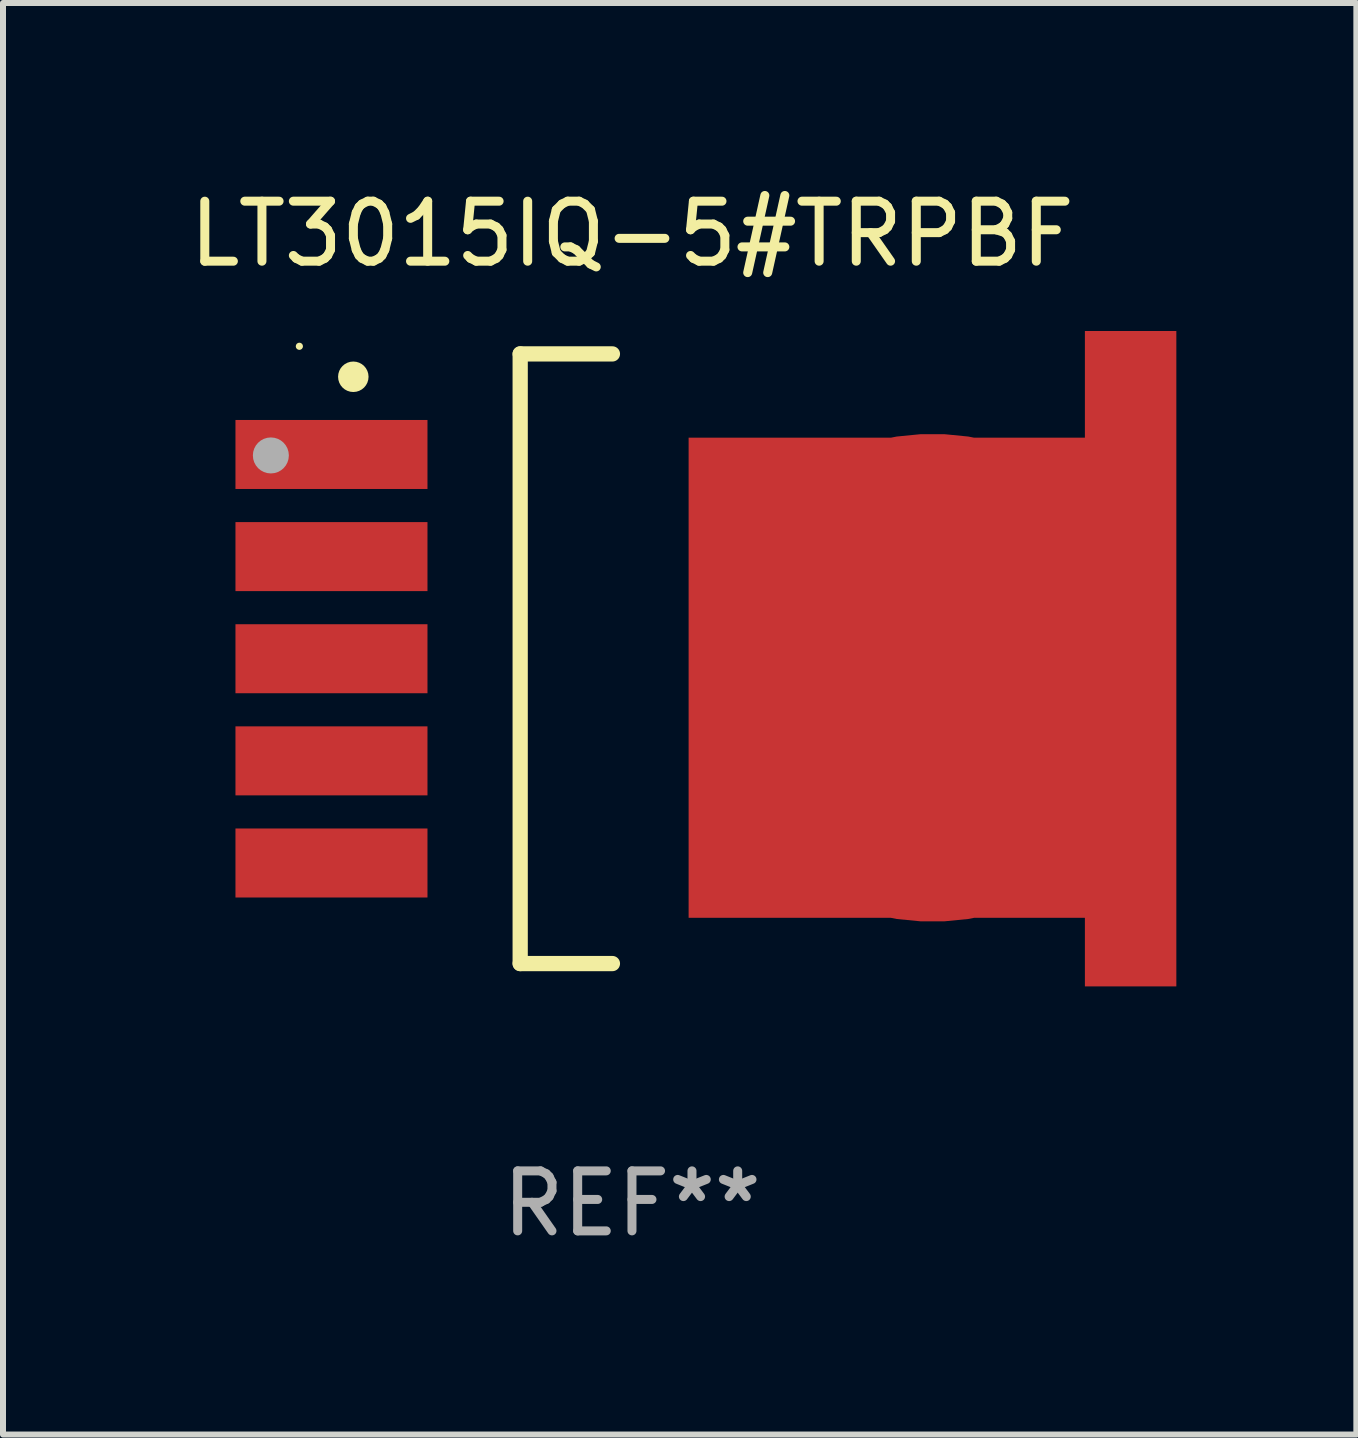
<source format=kicad_pcb>
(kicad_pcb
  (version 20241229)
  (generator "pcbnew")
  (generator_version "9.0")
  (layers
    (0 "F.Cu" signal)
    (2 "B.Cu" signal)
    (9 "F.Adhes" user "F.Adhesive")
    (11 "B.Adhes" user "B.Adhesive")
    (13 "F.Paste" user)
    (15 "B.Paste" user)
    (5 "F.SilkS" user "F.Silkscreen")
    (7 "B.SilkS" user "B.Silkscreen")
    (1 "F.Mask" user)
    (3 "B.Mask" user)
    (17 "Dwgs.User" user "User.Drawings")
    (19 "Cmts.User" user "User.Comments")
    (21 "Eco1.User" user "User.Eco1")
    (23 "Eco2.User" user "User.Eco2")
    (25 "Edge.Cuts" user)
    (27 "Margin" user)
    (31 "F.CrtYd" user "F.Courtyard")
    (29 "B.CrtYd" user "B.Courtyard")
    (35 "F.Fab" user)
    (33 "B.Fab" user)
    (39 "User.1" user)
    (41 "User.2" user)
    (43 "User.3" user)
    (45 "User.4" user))
  (footprint "LT3015IQ-5#TRPBF"
    (layer "F.Cu")
    (at 7.482 7.928)
    (property "Reference" "LT3015IQ-5#TRPBF" (at 0 -7.08 0) (layer "F.SilkS") (effects (font (size 1 1) (thickness 0.15))))
    (attr through_hole)
    (fp_line (start -1.863 -5.08) (end -0.326 -5.08) (stroke (width 0.254) (type solid)) (layer "F.SilkS"))
    (fp_line (start -1.863 5.08) (end -1.863 -5.08) (stroke (width 0.254) (type solid)) (layer "F.SilkS"))
    (fp_line (start -0.326 5.08) (end -1.863 5.08) (stroke (width 0.254) (type solid)) (layer "F.SilkS"))
    (fp_circle (center -5.543 -5.207) (end -5.513 -5.207) (stroke (width 0.06) (type solid)) (fill no) (layer "F.SilkS"))
    (fp_circle (center -4.644 -4.699) (end -4.517 -4.699) (stroke (width 0.254) (type solid)) (fill no) (layer "F.SilkS"))
    (fp_circle (center -6.018 -3.388) (end -5.868 -3.388) (stroke (width 0.3) (type solid)) (fill no) (layer "F.Fab"))
    (fp_text user "REF**" (at 0 9.08 0) (layer "F.Fab") (effects (font (size 1 1) (thickness 0.15))))
    (pad "1" smd rect (at -5.008 -3.404) (size 3.2 1.15) (layers "F.Cu" "F.Mask" "F.Paste"))
    (pad "2" smd rect (at -5.008 -1.702) (size 3.2 1.15) (layers "F.Cu" "F.Mask" "F.Paste"))
    (pad "3" smd rect (at -5.008 -0.000025) (size 3.2 1.15) (layers "F.Cu" "F.Mask" "F.Paste"))
    (pad "4" smd rect (at -5.008 1.702) (size 3.2 1.15) (layers "F.Cu" "F.Mask" "F.Paste"))
    (pad "5" smd rect (at -5.008 3.404) (size 3.2 1.15) (layers "F.Cu" "F.Mask" "F.Paste"))
    (pad "6" smd custom (at 5.008 0.317) (size 8.128 10.922) (layers "F.Cu" "F.Mask" "F.Paste") (options (anchor circle)) (primitives (gr_poly (pts (xy -4.064 -4.001) (xy 2.54 -4.001) (xy 2.54 -5.779) (xy 4.064 -5.779) (xy 4.064 5.144) (xy 2.54 5.144) (xy 2.54 4) (xy -4.064 4)) (width 0) (fill yes)))))
  (gr_rect
    (start -3 -3)
    (end 19.554 20.857)
    (stroke (width 0.1) (type default))
    (fill no)
    (layer "Edge.Cuts")))
</source>
